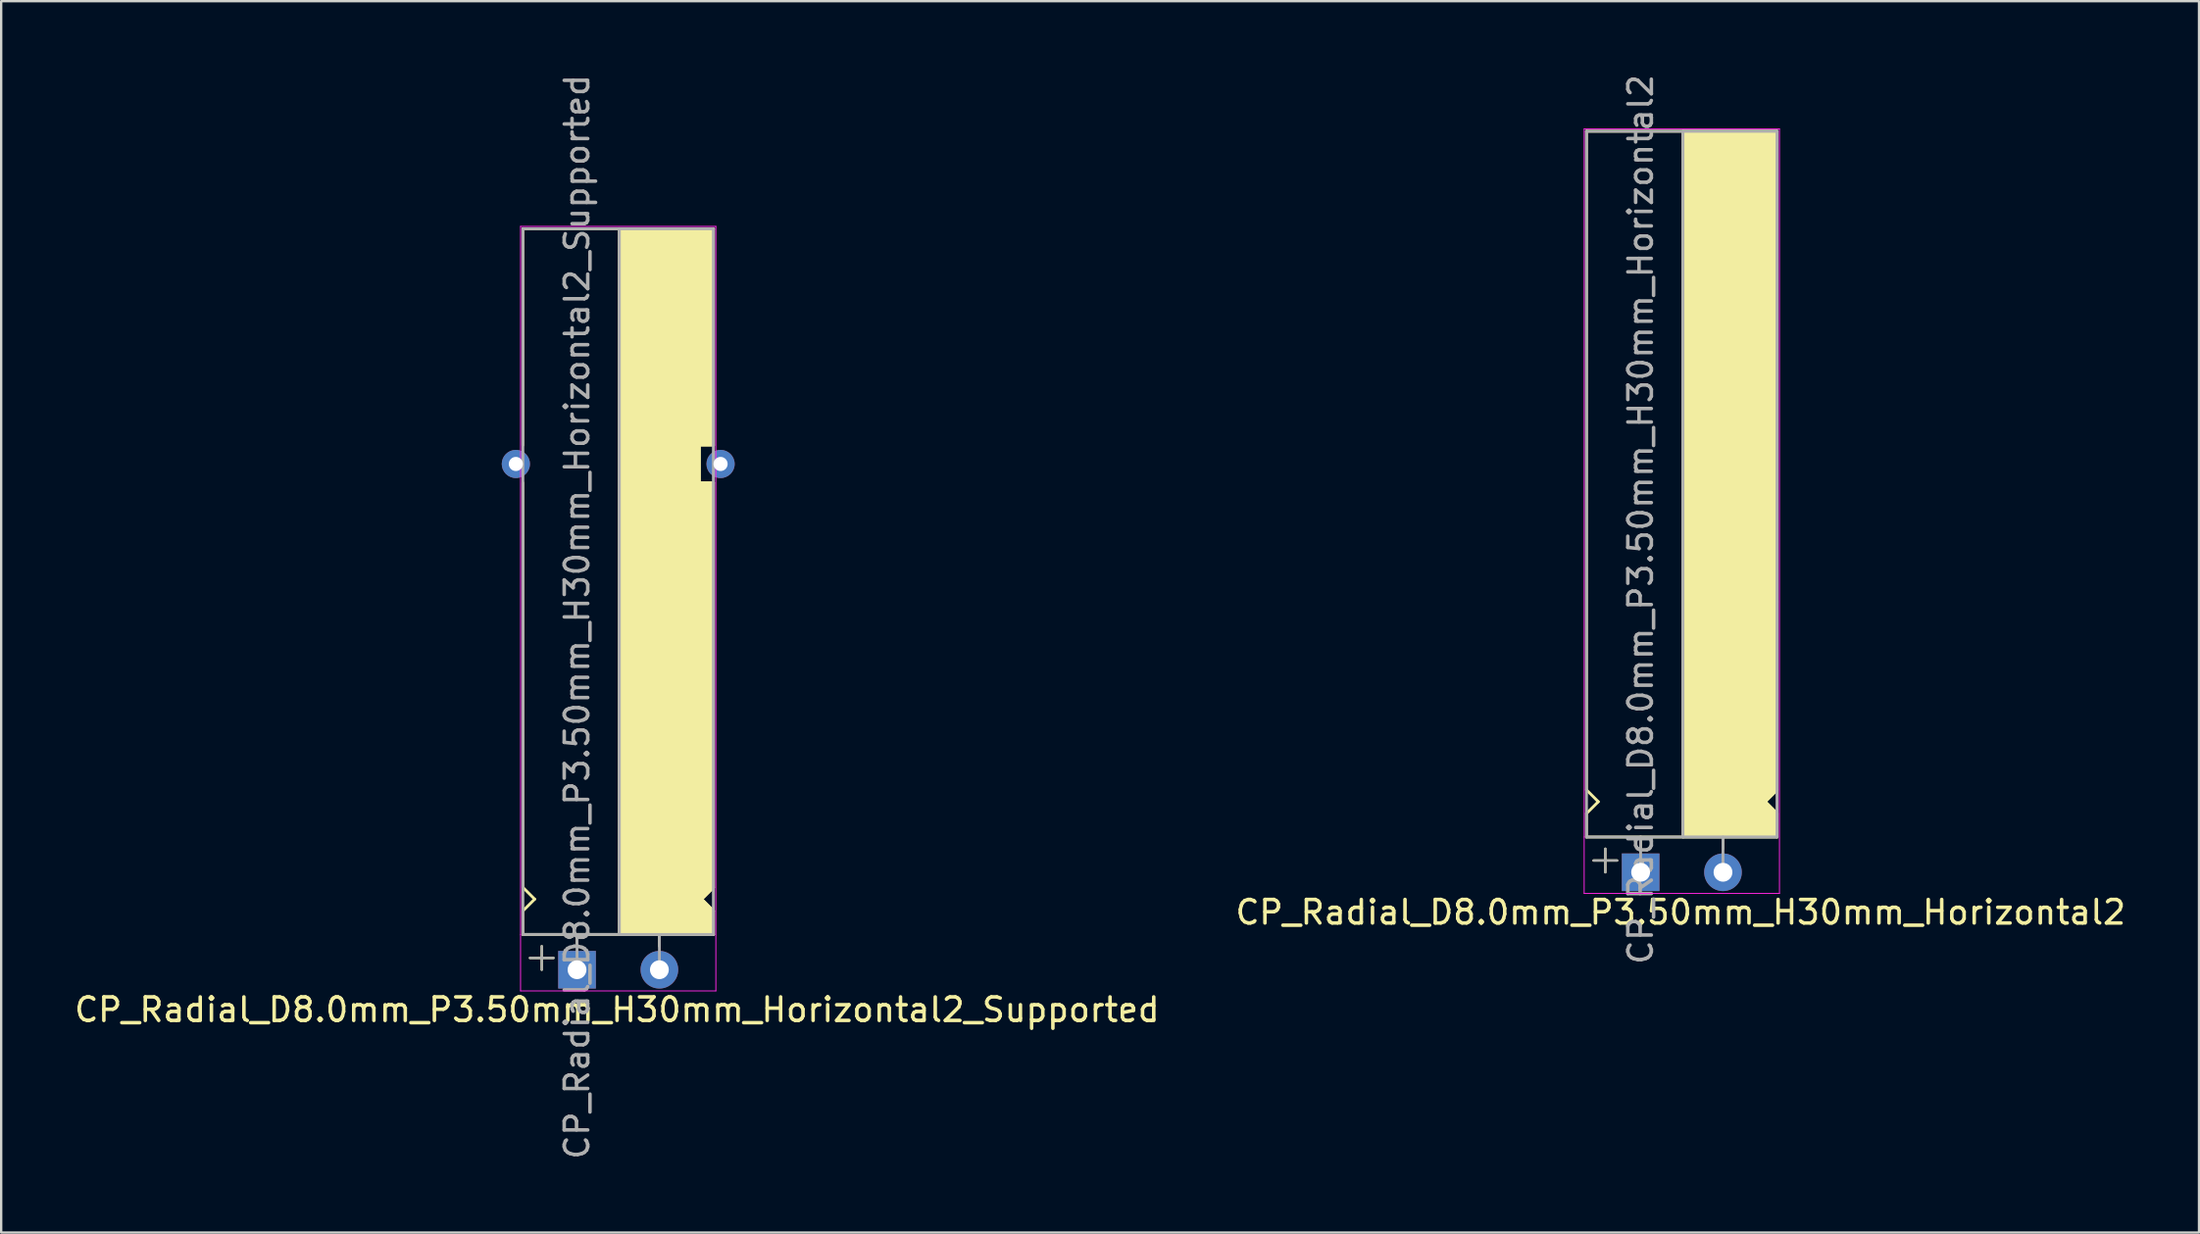
<source format=kicad_pcb>
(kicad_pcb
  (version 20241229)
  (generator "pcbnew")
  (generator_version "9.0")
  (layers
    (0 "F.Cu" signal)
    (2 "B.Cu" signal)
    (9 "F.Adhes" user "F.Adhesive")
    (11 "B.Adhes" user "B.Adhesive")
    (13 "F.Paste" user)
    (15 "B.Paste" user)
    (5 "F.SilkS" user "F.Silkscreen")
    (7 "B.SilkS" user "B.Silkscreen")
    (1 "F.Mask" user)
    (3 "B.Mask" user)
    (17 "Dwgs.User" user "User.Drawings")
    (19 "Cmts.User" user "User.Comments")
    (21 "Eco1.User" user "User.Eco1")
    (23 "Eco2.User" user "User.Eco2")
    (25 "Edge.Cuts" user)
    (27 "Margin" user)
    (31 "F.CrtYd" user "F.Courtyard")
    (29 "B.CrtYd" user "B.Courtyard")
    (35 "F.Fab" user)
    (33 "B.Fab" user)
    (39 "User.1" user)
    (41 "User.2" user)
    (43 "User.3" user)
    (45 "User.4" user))
  (footprint "CP_Radial_D8.0mm_P3.50mm_H30mm_Horizontal2_Supported"
    (layer "F.Cu")
    (at 21.473 38.173)
    (property "Reference" "CP_Radial_D8.0mm_P3.50mm_H30mm_Horizontal2_Supported" (at 1.7 1.7 0) (layer "F.SilkS") (effects (font (size 1 1) (thickness 0.15))))
    (attr through_hole)
    (fp_line (start -2.3 -31.5) (end 5.8 -31.5) (stroke (width 0.12) (type solid)) (layer "F.SilkS"))
    (fp_line (start -2.3 -22.3) (end -2.3 -31.5) (stroke (width 0.12) (type solid)) (layer "F.SilkS"))
    (fp_line (start -2.3 -3.5) (end -2.3 -20.7) (stroke (width 0.12) (type solid)) (layer "F.SilkS"))
    (fp_line (start -2.3 -3.5) (end -1.8 -3) (stroke (width 0.12) (type solid)) (layer "F.SilkS"))
    (fp_line (start -2.3 -2.5) (end -2.3 -1.5) (stroke (width 0.12) (type solid)) (layer "F.SilkS"))
    (fp_line (start -2.3 -1.5) (end 5.8 -1.5) (stroke (width 0.12) (type solid)) (layer "F.SilkS"))
    (fp_line (start -2 -0.5) (end -1 -0.5) (stroke (width 0.1) (type solid)) (layer "F.SilkS"))
    (fp_line (start -1.8 -3) (end -2.3 -2.5) (stroke (width 0.12) (type solid)) (layer "F.SilkS"))
    (fp_line (start -1.5 0) (end -1.5 -1) (stroke (width 0.1) (type solid)) (layer "F.SilkS"))
    (fp_line (start 0 -1) (end 0 -1.5) (stroke (width 0.12) (type solid)) (layer "F.SilkS"))
    (fp_line (start 1.8 -31.5) (end 1.8 -1.5) (stroke (width 0.12) (type solid)) (layer "F.SilkS"))
    (fp_line (start 3.5 -1) (end 3.5 -1.5) (stroke (width 0.12) (type solid)) (layer "F.SilkS"))
    (fp_line (start 5.2 -22.3) (end 5.2 -20.7) (stroke (width 0.12) (type solid)) (layer "F.SilkS"))
    (fp_line (start 5.2 -20.7) (end 5.8 -20.7) (stroke (width 0.12) (type solid)) (layer "F.SilkS"))
    (fp_line (start 5.3 -3) (end 5.8 -2.5) (stroke (width 0.12) (type solid)) (layer "F.SilkS"))
    (fp_line (start 5.8 -22.3) (end 5.2 -22.3) (stroke (width 0.12) (type solid)) (layer "F.SilkS"))
    (fp_line (start 5.8 -22.3) (end 5.8 -31.5) (stroke (width 0.12) (type solid)) (layer "F.SilkS"))
    (fp_line (start 5.8 -3.5) (end 5.3 -3) (stroke (width 0.12) (type solid)) (layer "F.SilkS"))
    (fp_line (start 5.8 -3.5) (end 5.8 -20.7) (stroke (width 0.12) (type solid)) (layer "F.SilkS"))
    (fp_line (start 5.8 -2.5) (end 5.8 -1.5) (stroke (width 0.12) (type solid)) (layer "F.SilkS"))
    (fp_poly (pts (xy 5.8 -22.3) (xy 5.2 -22.3) (xy 5.2 -20.7) (xy 5.8 -20.7) (xy 5.8 -3.5) (xy 5.3 -3) (xy 5.8 -2.5) (xy 5.8 -1.5) (xy 1.8 -1.5) (xy 1.8 -31.5) (xy 5.8 -31.5)) (stroke (width 0.1) (type solid)) (fill yes) (layer "F.SilkS"))
    (fp_line (start -2.4 -31.6) (end -2.4 -1.5) (stroke (width 0.04) (type solid)) (layer "F.CrtYd"))
    (fp_line (start -2.4 -1.5) (end -2.4 0.9) (stroke (width 0.04) (type solid)) (layer "F.CrtYd"))
    (fp_line (start -2.4 0.9) (end 5.9 0.9) (stroke (width 0.04) (type solid)) (layer "F.CrtYd"))
    (fp_line (start 5.9 -31.6) (end -2.4 -31.6) (stroke (width 0.04) (type solid)) (layer "F.CrtYd"))
    (fp_line (start 5.9 0.9) (end 5.9 -31.6) (stroke (width 0.04) (type solid)) (layer "F.CrtYd"))
    (fp_line (start -2.3 -31.5) (end -2.3 -1.5) (stroke (width 0.12) (type solid)) (layer "F.Fab"))
    (fp_line (start -2.3 -1.5) (end 5.8 -1.5) (stroke (width 0.12) (type solid)) (layer "F.Fab"))
    (fp_line (start -2 -0.5) (end -1 -0.5) (stroke (width 0.1) (type solid)) (layer "F.Fab"))
    (fp_line (start -1.5 0) (end -1.5 -1) (stroke (width 0.1) (type solid)) (layer "F.Fab"))
    (fp_line (start 0 -1.5) (end 0 0) (stroke (width 0.12) (type solid)) (layer "F.Fab"))
    (fp_line (start 1.8 -1.5) (end 1.8 -31.5) (stroke (width 0.12) (type solid)) (layer "F.Fab"))
    (fp_line (start 3.5 -1.5) (end 3.5 0) (stroke (width 0.12) (type solid)) (layer "F.Fab"))
    (fp_line (start 5.8 -31.5) (end -2.3 -31.5) (stroke (width 0.12) (type solid)) (layer "F.Fab"))
    (fp_line (start 5.8 -1.5) (end 5.8 -31.5) (stroke (width 0.12) (type solid)) (layer "F.Fab"))
    (fp_poly (pts (xy 5.8 -31.5) (xy 1.8 -31.5) (xy 1.8 -1.5) (xy 5.8 -1.5)) (stroke (width 0.1) (type solid)) (fill no) (layer "F.Fab"))
    (fp_text user "${REFERENCE}" (at 0 -15 90) (layer "F.Fab") (effects (font (size 1 1) (thickness 0.15))))
    (pad "" thru_hole circle (at -2.6 -21.5 180) (size 1.2 1.2) (drill 0.6) (layers "*.Cu" "*.Mask"))
    (pad "" thru_hole circle (at 6.1 -21.5 180) (size 1.2 1.2) (drill 0.6) (layers "*.Cu" "*.Mask"))
    (pad "1" thru_hole rect (at 0 0) (size 1.6 1.6) (drill 0.8) (layers "*.Cu" "*.Mask"))
    (pad "2" thru_hole circle (at 3.5 0) (size 1.6 1.6) (drill 0.8) (layers "*.Cu" "*.Mask")))
  (footprint "CP_Radial_D8.0mm_P3.50mm_H30mm_Horizontal2"
    (layer "F.Cu")
    (at 66.675 34.03)
    (property "Reference" "CP_Radial_D8.0mm_P3.50mm_H30mm_Horizontal2" (at 1.7 1.7 0) (layer "F.SilkS") (effects (font (size 1 1) (thickness 0.15))))
    (attr through_hole)
    (fp_line (start -2.3 -31.5) (end 5.8 -31.5) (stroke (width 0.12) (type solid)) (layer "F.SilkS"))
    (fp_line (start -2.3 -3.5) (end -2.3 -31.5) (stroke (width 0.12) (type solid)) (layer "F.SilkS"))
    (fp_line (start -2.3 -3.5) (end -1.8 -3) (stroke (width 0.12) (type solid)) (layer "F.SilkS"))
    (fp_line (start -2.3 -2.5) (end -2.3 -1.5) (stroke (width 0.12) (type solid)) (layer "F.SilkS"))
    (fp_line (start -2.3 -1.5) (end 5.8 -1.5) (stroke (width 0.12) (type solid)) (layer "F.SilkS"))
    (fp_line (start -2 -0.5) (end -1 -0.5) (stroke (width 0.1) (type solid)) (layer "F.SilkS"))
    (fp_line (start -1.8 -3) (end -2.3 -2.5) (stroke (width 0.12) (type solid)) (layer "F.SilkS"))
    (fp_line (start -1.5 0) (end -1.5 -1) (stroke (width 0.1) (type solid)) (layer "F.SilkS"))
    (fp_line (start 0 -1) (end 0 -1.5) (stroke (width 0.12) (type solid)) (layer "F.SilkS"))
    (fp_line (start 1.8 -31.5) (end 1.8 -1.5) (stroke (width 0.12) (type solid)) (layer "F.SilkS"))
    (fp_line (start 3.5 -1) (end 3.5 -1.5) (stroke (width 0.12) (type solid)) (layer "F.SilkS"))
    (fp_line (start 5.3 -3) (end 5.8 -3.5) (stroke (width 0.12) (type solid)) (layer "F.SilkS"))
    (fp_line (start 5.8 -11.5) (end 5.8 -31.5) (stroke (width 0.12) (type solid)) (layer "F.SilkS"))
    (fp_line (start 5.8 -3.5) (end 5.8 -11.5) (stroke (width 0.12) (type solid)) (layer "F.SilkS"))
    (fp_line (start 5.8 -2.5) (end 5.3 -3) (stroke (width 0.12) (type solid)) (layer "F.SilkS"))
    (fp_line (start 5.8 -1.5) (end 5.8 -2.5) (stroke (width 0.12) (type solid)) (layer "F.SilkS"))
    (fp_poly (pts (xy 5.8 -3.5) (xy 5.3 -3) (xy 5.8 -2.5) (xy 5.8 -1.5) (xy 1.8 -1.5) (xy 1.8 -31.5) (xy 5.8 -31.5)) (stroke (width 0.1) (type solid)) (fill yes) (layer "F.SilkS"))
    (fp_line (start -2.4 -31.6) (end -2.4 -1.5) (stroke (width 0.04) (type solid)) (layer "F.CrtYd"))
    (fp_line (start -2.4 -1.5) (end -2.4 0.9) (stroke (width 0.04) (type solid)) (layer "F.CrtYd"))
    (fp_line (start -2.4 0.9) (end 5.9 0.9) (stroke (width 0.04) (type solid)) (layer "F.CrtYd"))
    (fp_line (start 5.9 -31.6) (end -2.4 -31.6) (stroke (width 0.04) (type solid)) (layer "F.CrtYd"))
    (fp_line (start 5.9 0.9) (end 5.9 -31.6) (stroke (width 0.04) (type solid)) (layer "F.CrtYd"))
    (fp_line (start -2.3 -31.5) (end -2.3 -1.5) (stroke (width 0.12) (type solid)) (layer "F.Fab"))
    (fp_line (start -2.3 -1.5) (end 5.8 -1.5) (stroke (width 0.12) (type solid)) (layer "F.Fab"))
    (fp_line (start -2 -0.5) (end -1 -0.5) (stroke (width 0.1) (type solid)) (layer "F.Fab"))
    (fp_line (start -1.5 0) (end -1.5 -1) (stroke (width 0.1) (type solid)) (layer "F.Fab"))
    (fp_line (start 0 -1.5) (end 0 0) (stroke (width 0.12) (type solid)) (layer "F.Fab"))
    (fp_line (start 1.8 -1.5) (end 1.8 -31.5) (stroke (width 0.12) (type solid)) (layer "F.Fab"))
    (fp_line (start 3.5 -1.5) (end 3.5 0) (stroke (width 0.12) (type solid)) (layer "F.Fab"))
    (fp_line (start 5.8 -31.5) (end -2.3 -31.5) (stroke (width 0.12) (type solid)) (layer "F.Fab"))
    (fp_line (start 5.8 -1.5) (end 5.8 -31.5) (stroke (width 0.12) (type solid)) (layer "F.Fab"))
    (fp_poly (pts (xy 5.8 -31.5) (xy 1.8 -31.5) (xy 1.8 -1.5) (xy 5.8 -1.5)) (stroke (width 0.1) (type solid)) (fill no) (layer "F.Fab"))
    (fp_text user "${REFERENCE}" (at 0 -15 90) (layer "F.Fab") (effects (font (size 1 1) (thickness 0.15))))
    (pad "1" thru_hole rect (at 0 0) (size 1.6 1.6) (drill 0.8) (layers "*.Cu" "*.Mask"))
    (pad "2" thru_hole circle (at 3.5 0) (size 1.6 1.6) (drill 0.8) (layers "*.Cu" "*.Mask")))
  (gr_rect
    (start -3 -3)
    (end 90.405 49.345)
    (stroke (width 0.1) (type default))
    (fill no)
    (layer "Edge.Cuts")))
</source>
